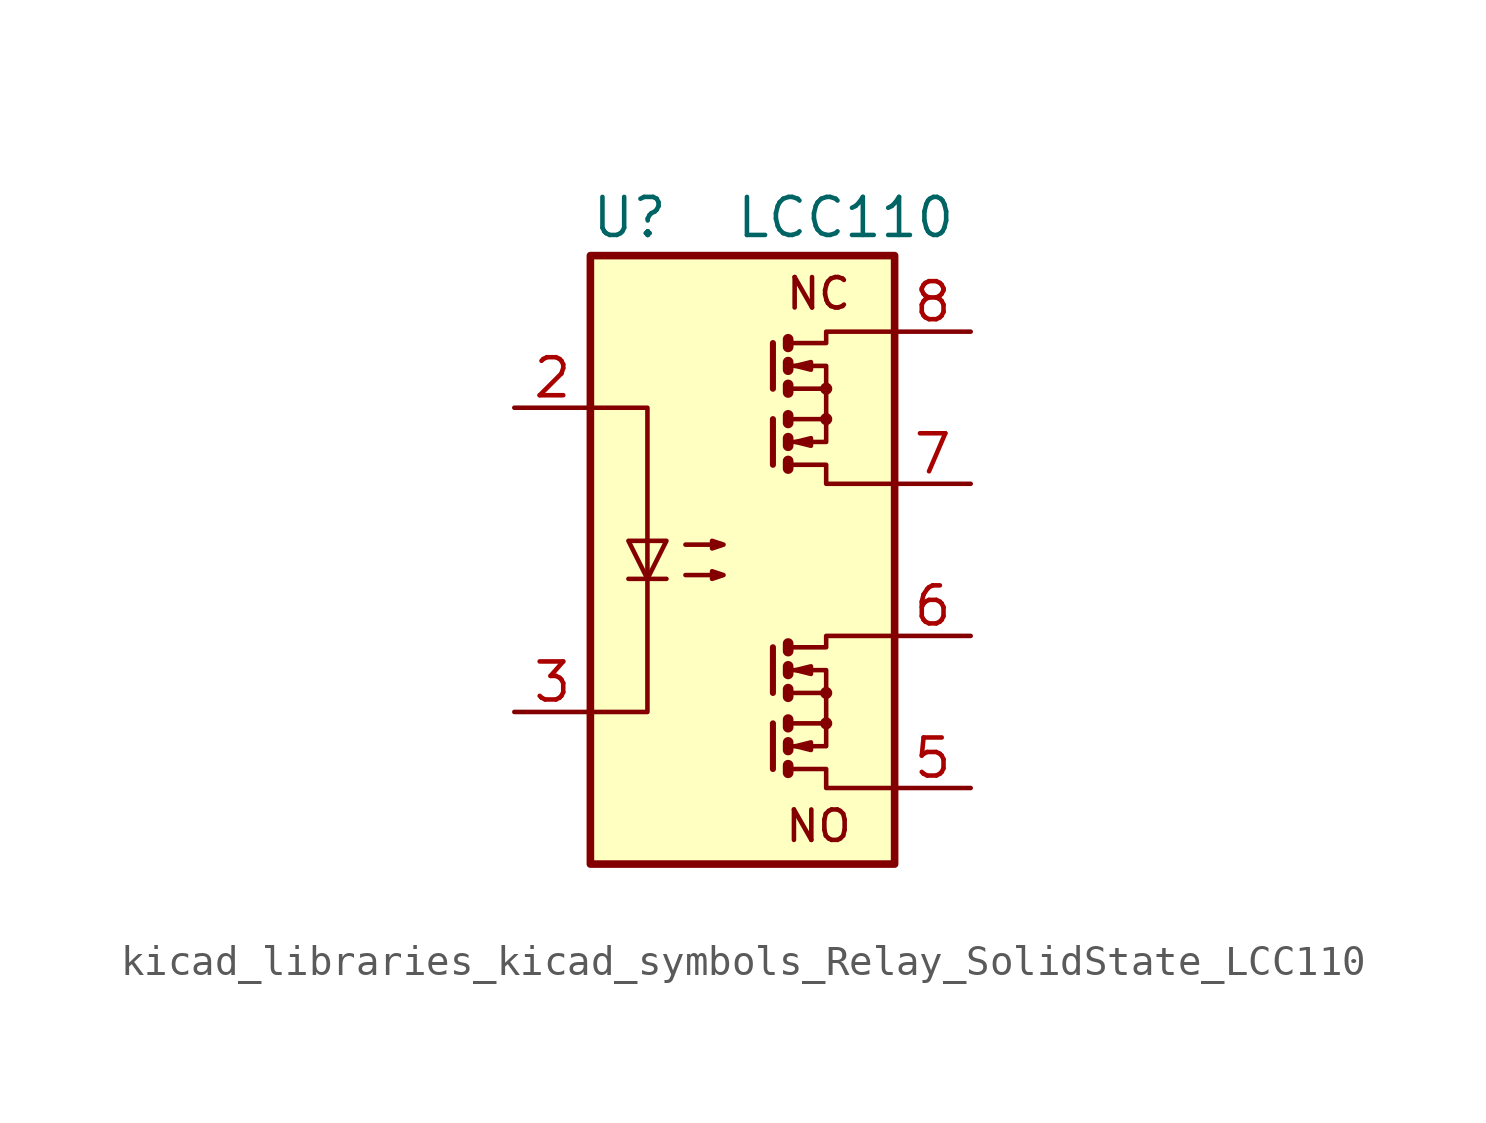
<source format=kicad_sym>
(kicad_symbol_lib
  (version 20220914)
  (generator kicad_symbol_editor)
  (symbol "kicad_libraries_kicad_symbols_Relay_SolidState_LCC110"
    (property "Reference" "U"
      (at -5.08 11.43 0)
      (effects (font (size 1.27 1.27)) (justify left)))
    (property "Value" "LCC110"
      (at -0.254 11.43 0)
      (effects (font (size 1.27 1.27)) (justify left)))
    (symbol "kicad_libraries_kicad_symbols_Relay_SolidState_LCC110_0_0"
      (text "NC" (at 2.54 8.89 0) (effects (font (size 1.016 1.016))))
      (text "NO" (at 2.54 -8.89 0) (effects (font (size 1.016 1.016)))))
    (symbol "kicad_libraries_kicad_symbols_Relay_SolidState_LCC110_0_1"
      (polyline (pts (xy -3.81 -0.635) (xy -2.54 -0.635)) (stroke (width 0) (type default)) (fill (type none)))
      (polyline (pts (xy 1.016 -5.461) (xy 1.016 -6.985)) (stroke (width 0.203) (type default)) (fill (type none)))
      (polyline (pts (xy 1.016 -2.921) (xy 1.016 -4.445)) (stroke (width 0.203) (type default)) (fill (type none)))
      (polyline (pts (xy 1.016 4.699) (xy 1.016 3.175)) (stroke (width 0.203) (type default)) (fill (type none)))
      (polyline (pts (xy 1.016 7.239) (xy 1.016 5.715)) (stroke (width 0.203) (type default)) (fill (type none)))
      (polyline (pts (xy 1.524 -6.858) (xy 1.524 -7.112) (xy 1.524 -7.112)) (stroke (width 0.356) (type default)) (fill (type none)))
      (polyline (pts (xy 1.524 -6.096) (xy 1.524 -6.35) (xy 1.524 -6.35)) (stroke (width 0.356) (type default)) (fill (type none)))
      (polyline (pts (xy 1.524 -5.334) (xy 1.524 -5.588) (xy 1.524 -5.588)) (stroke (width 0.356) (type default)) (fill (type none)))
      (polyline (pts (xy 1.524 -4.318) (xy 1.524 -4.572) (xy 1.524 -4.572)) (stroke (width 0.356) (type default)) (fill (type none)))
      (polyline (pts (xy 1.524 -3.556) (xy 1.524 -3.81) (xy 1.524 -3.81)) (stroke (width 0.356) (type default)) (fill (type none)))
      (polyline (pts (xy 1.524 -2.794) (xy 1.524 -3.048) (xy 1.524 -3.048)) (stroke (width 0.356) (type default)) (fill (type none)))
      (polyline (pts (xy 1.524 3.302) (xy 1.524 3.048) (xy 1.524 3.048)) (stroke (width 0.356) (type default)) (fill (type none)))
      (polyline (pts (xy 1.524 4.064) (xy 1.524 3.81) (xy 1.524 3.81)) (stroke (width 0.356) (type default)) (fill (type none)))
      (polyline (pts (xy 1.524 4.826) (xy 1.524 4.572) (xy 1.524 4.572)) (stroke (width 0.356) (type default)) (fill (type none)))
      (polyline (pts (xy 1.524 5.842) (xy 1.524 5.588) (xy 1.524 5.588)) (stroke (width 0.356) (type default)) (fill (type none)))
      (polyline (pts (xy 1.524 6.604) (xy 1.524 6.35) (xy 1.524 6.35)) (stroke (width 0.356) (type default)) (fill (type none)))
      (polyline (pts (xy 1.524 7.366) (xy 1.524 7.112) (xy 1.524 7.112)) (stroke (width 0.356) (type default)) (fill (type none)))
      (polyline (pts (xy 1.651 -3.683) (xy 2.794 -3.683) (xy 2.794 -4.445)) (stroke (width 0) (type default)) (fill (type none)))
      (polyline (pts (xy 1.651 6.477) (xy 2.794 6.477) (xy 2.794 5.715)) (stroke (width 0) (type default)) (fill (type none)))
      (polyline (pts (xy -5.08 5.08) (xy -3.175 5.08) (xy -3.175 -5.08) (xy -5.08 -5.08)) (stroke (width 0) (type default)) (fill (type none)))
      (polyline (pts (xy -3.175 -0.635) (xy -3.81 0.635) (xy -2.54 0.635) (xy -3.175 -0.635)) (stroke (width 0) (type default)) (fill (type none)))
      (polyline (pts (xy 1.651 -2.921) (xy 2.794 -2.921) (xy 2.794 -2.54) (xy 5.08 -2.54)) (stroke (width 0) (type default)) (fill (type none)))
      (polyline (pts (xy 1.651 7.239) (xy 2.794 7.239) (xy 2.794 7.62) (xy 5.08 7.62)) (stroke (width 0) (type default)) (fill (type none)))
      (polyline (pts (xy 1.778 -6.223) (xy 2.286 -6.096) (xy 2.286 -6.35) (xy 1.778 -6.223)) (stroke (width 0) (type default)) (fill (type none)))
      (polyline (pts (xy 1.778 -3.683) (xy 2.286 -3.556) (xy 2.286 -3.81) (xy 1.778 -3.683)) (stroke (width 0) (type default)) (fill (type none)))
      (polyline (pts (xy 1.778 3.937) (xy 2.286 4.064) (xy 2.286 3.81) (xy 1.778 3.937)) (stroke (width 0) (type default)) (fill (type none)))
      (polyline (pts (xy 1.778 6.477) (xy 2.286 6.604) (xy 2.286 6.35) (xy 1.778 6.477)) (stroke (width 0) (type default)) (fill (type none)))
      (polyline (pts (xy -1.905 -0.508) (xy -0.635 -0.508) (xy -1.016 -0.635) (xy -1.016 -0.381) (xy -0.635 -0.508)) (stroke (width 0) (type default)) (fill (type none)))
      (polyline (pts (xy -1.905 0.508) (xy -0.635 0.508) (xy -1.016 0.381) (xy -1.016 0.635) (xy -0.635 0.508)) (stroke (width 0) (type default)) (fill (type none)))
      (circle (center 2.794 -5.461) (radius 0.127) (stroke (width 0) (type default)) (fill (type none)))
      (circle (center 2.794 -4.445) (radius 0.127) (stroke (width 0) (type default)) (fill (type none)))
      (circle (center 2.794 4.699) (radius 0.127) (stroke (width 0) (type default)) (fill (type none)))
      (circle (center 2.794 5.715) (radius 0.127) (stroke (width 0) (type default)) (fill (type none)))
      (rectangle (start 5.08 -10.16) (end -5.08 10.16) (stroke (width 0.254) (type default)) (fill (type background))))
    (symbol "kicad_libraries_kicad_symbols_Relay_SolidState_LCC110_1_1"
      (polyline (pts (xy 1.524 -6.223) (xy 2.794 -6.223) (xy 2.794 -5.461)) (stroke (width 0) (type default)) (fill (type none)))
      (polyline (pts (xy 1.524 3.937) (xy 2.794 3.937) (xy 2.794 4.699)) (stroke (width 0) (type default)) (fill (type none)))
      (polyline (pts (xy 1.524 -6.985) (xy 2.794 -6.985) (xy 2.794 -7.62) (xy 5.08 -7.62)) (stroke (width 0) (type default)) (fill (type none)))
      (polyline (pts (xy 1.524 -4.445) (xy 2.794 -4.445) (xy 2.794 -5.461) (xy 1.524 -5.461)) (stroke (width 0) (type default)) (fill (type none)))
      (polyline (pts (xy 1.524 3.175) (xy 2.794 3.175) (xy 2.794 2.54) (xy 5.08 2.54)) (stroke (width 0) (type default)) (fill (type none)))
      (polyline (pts (xy 1.524 5.715) (xy 2.794 5.715) (xy 2.794 4.699) (xy 1.524 4.699)) (stroke (width 0) (type default)) (fill (type none)))
      (pin no_connect line (at -5.08 7.62 0) (length 2.54) hide (name "nc" (effects (font (size 1.27 1.27)))) (number "1" (effects (font (size 1.27 1.27)))))
      (pin passive line (at -7.62 5.08 0) (length 2.54) (name "~" (effects (font (size 1.27 1.27)))) (number "2" (effects (font (size 1.27 1.27)))))
      (pin passive line (at -7.62 -5.08 0) (length 2.54) (name "~" (effects (font (size 1.27 1.27)))) (number "3" (effects (font (size 1.27 1.27)))))
      (pin no_connect line (at -5.08 -7.62 0) (length 2.54) hide (name "nc" (effects (font (size 1.27 1.27)))) (number "4" (effects (font (size 1.27 1.27)))))
      (pin passive line (at 7.62 -7.62 180) (length 2.54) (name "~" (effects (font (size 1.27 1.27)))) (number "5" (effects (font (size 1.27 1.27)))))
      (pin passive line (at 7.62 -2.54 180) (length 2.54) (name "~" (effects (font (size 1.27 1.27)))) (number "6" (effects (font (size 1.27 1.27)))))
      (pin passive line (at 7.62 2.54 180) (length 2.54) (name "~" (effects (font (size 1.27 1.27)))) (number "7" (effects (font (size 1.27 1.27)))))
      (pin passive line (at 7.62 7.62 180) (length 2.54) (name "~" (effects (font (size 1.27 1.27)))) (number "8" (effects (font (size 1.27 1.27))))))))
</source>
